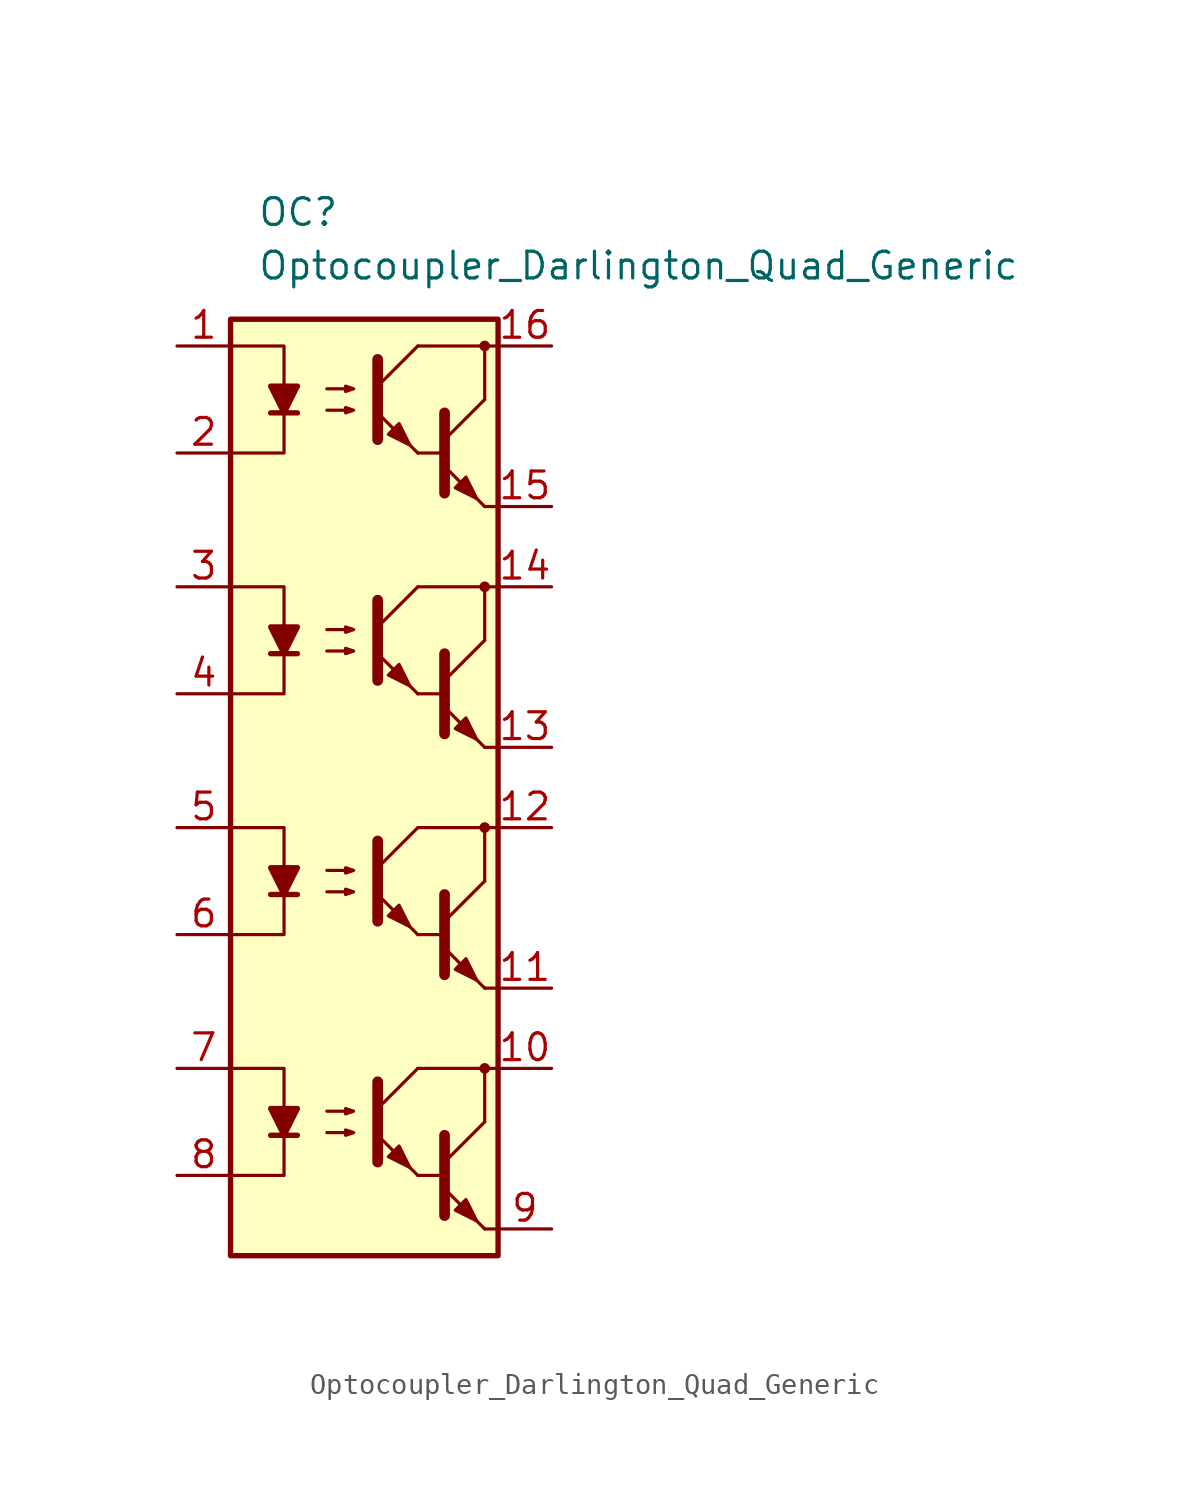
<source format=kicad_sym>
(kicad_symbol_lib
  (version 20211014)
  (generator kicad_symbol_editor)
  (symbol "Optocoupler_Darlington_Quad_Generic"
    (pin_names
      (offset 1.016))
    (property "Reference" "OC"
      (at -5.08 26.67 0)
      (effects (font (size 1.27 1.27)) (justify left)))
    (property "Value" "Optocoupler_Darlington_Quad_Generic"
      (at -5.08 24.13 0)
      (effects (font (size 1.27 1.27)) (justify left)))
    (symbol "Optocoupler_Darlington_Quad_Generic_0_1"
      (rectangle (start -6.35 21.59) (end 6.35 -22.86) (stroke (width 0.254) (type default) (color 0 0 0 0)) (fill (type background)))
      (polyline (pts (xy -4.445 17.145) (xy -3.175 17.145)) (stroke (width 0.254) (type default) (color 0 0 0 0)) (fill (type none)))
      (polyline (pts (xy 2.54 15.24) (xy 3.81 15.24)) (stroke (width 0) (type default) (color 0 0 0 0)) (fill (type none)))
      (polyline (pts (xy 3.81 15.875) (xy 5.715 17.78)) (stroke (width 0) (type default) (color 0 0 0 0)) (fill (type none)))
      (polyline (pts (xy 5.715 12.7) (xy 3.81 14.605)) (stroke (width 0) (type default) (color 0 0 0 0)) (fill (type outline)))
      (polyline (pts (xy 5.715 12.7) (xy 6.35 12.7)) (stroke (width 0) (type default) (color 0 0 0 0)) (fill (type none)))
      (polyline (pts (xy 5.715 17.78) (xy 5.715 20.32)) (stroke (width 0) (type default) (color 0 0 0 0)) (fill (type none)))
      (polyline (pts (xy 6.35 20.32) (xy 2.54 20.32)) (stroke (width 0) (type default) (color 0 0 0 0)) (fill (type none)))
      (polyline (pts (xy -6.35 20.32) (xy -3.81 20.32) (xy -3.81 17.145)) (stroke (width 0) (type default) (color 0 0 0 0)) (fill (type none)))
      (polyline (pts (xy -3.81 17.145) (xy -3.81 15.24) (xy -6.35 15.24)) (stroke (width 0) (type default) (color 0 0 0 0)) (fill (type none)))
      (polyline (pts (xy 3.81 17.145) (xy 3.81 13.335) (xy 3.81 13.335)) (stroke (width 0.508) (type default) (color 0 0 0 0)) (fill (type none)))
      (polyline (pts (xy -3.81 17.145) (xy -4.445 18.415) (xy -3.175 18.415) (xy -3.81 17.145)) (stroke (width 0.254) (type default) (color 0 0 0 0)) (fill (type outline)))
      (polyline (pts (xy -1.778 17.272) (xy -0.508 17.272) (xy -0.889 17.145) (xy -0.889 17.399) (xy -0.508 17.272)) (stroke (width 0) (type default) (color 0 0 0 0)) (fill (type none)))
      (polyline (pts (xy -1.778 18.288) (xy -0.508 18.288) (xy -0.889 18.161) (xy -0.889 18.415) (xy -0.508 18.288)) (stroke (width 0) (type default) (color 0 0 0 0)) (fill (type none)))
      (polyline (pts (xy 4.318 13.589) (xy 4.826 14.097) (xy 5.334 13.081) (xy 4.318 13.589) (xy 4.318 13.589)) (stroke (width 0) (type default) (color 0 0 0 0)) (fill (type outline)))
      (circle (center 5.715 20.32) (radius 0.178) (stroke (width 0) (type default) (color 0 0 0 0)) (fill (type outline))))
    (symbol "Optocoupler_Darlington_Quad_Generic_1_1"
      (polyline (pts (xy -4.445 -17.145) (xy -3.175 -17.145)) (stroke (width 0.254) (type default) (color 0 0 0 0)) (fill (type none)))
      (polyline (pts (xy -4.445 -5.715) (xy -3.175 -5.715)) (stroke (width 0.254) (type default) (color 0 0 0 0)) (fill (type none)))
      (polyline (pts (xy -4.445 5.715) (xy -3.175 5.715)) (stroke (width 0.254) (type default) (color 0 0 0 0)) (fill (type none)))
      (polyline (pts (xy 0.635 -15.875) (xy 2.54 -13.97)) (stroke (width 0) (type default) (color 0 0 0 0)) (fill (type none)))
      (polyline (pts (xy 0.635 -4.445) (xy 2.54 -2.54)) (stroke (width 0) (type default) (color 0 0 0 0)) (fill (type none)))
      (polyline (pts (xy 0.635 6.985) (xy 2.54 8.89)) (stroke (width 0) (type default) (color 0 0 0 0)) (fill (type none)))
      (polyline (pts (xy 0.635 18.415) (xy 2.54 20.32)) (stroke (width 0) (type default) (color 0 0 0 0)) (fill (type none)))
      (polyline (pts (xy 2.54 -19.05) (xy 0.635 -17.145)) (stroke (width 0) (type default) (color 0 0 0 0)) (fill (type outline)))
      (polyline (pts (xy 2.54 -19.05) (xy 3.81 -19.05)) (stroke (width 0) (type default) (color 0 0 0 0)) (fill (type none)))
      (polyline (pts (xy 2.54 -7.62) (xy 0.635 -5.715)) (stroke (width 0) (type default) (color 0 0 0 0)) (fill (type outline)))
      (polyline (pts (xy 2.54 -7.62) (xy 3.81 -7.62)) (stroke (width 0) (type default) (color 0 0 0 0)) (fill (type none)))
      (polyline (pts (xy 2.54 3.81) (xy 0.635 5.715)) (stroke (width 0) (type default) (color 0 0 0 0)) (fill (type outline)))
      (polyline (pts (xy 2.54 3.81) (xy 3.81 3.81)) (stroke (width 0) (type default) (color 0 0 0 0)) (fill (type none)))
      (polyline (pts (xy 2.54 15.24) (xy 0.635 17.145)) (stroke (width 0) (type default) (color 0 0 0 0)) (fill (type outline)))
      (polyline (pts (xy 3.81 -18.415) (xy 5.715 -16.51)) (stroke (width 0) (type default) (color 0 0 0 0)) (fill (type none)))
      (polyline (pts (xy 3.81 -6.985) (xy 5.715 -5.08)) (stroke (width 0) (type default) (color 0 0 0 0)) (fill (type none)))
      (polyline (pts (xy 3.81 4.445) (xy 5.715 6.35)) (stroke (width 0) (type default) (color 0 0 0 0)) (fill (type none)))
      (polyline (pts (xy 5.715 -21.59) (xy 3.81 -19.685)) (stroke (width 0) (type default) (color 0 0 0 0)) (fill (type outline)))
      (polyline (pts (xy 5.715 -21.59) (xy 6.35 -21.59)) (stroke (width 0) (type default) (color 0 0 0 0)) (fill (type none)))
      (polyline (pts (xy 5.715 -16.51) (xy 5.715 -13.97)) (stroke (width 0) (type default) (color 0 0 0 0)) (fill (type none)))
      (polyline (pts (xy 5.715 -10.16) (xy 3.81 -8.255)) (stroke (width 0) (type default) (color 0 0 0 0)) (fill (type outline)))
      (polyline (pts (xy 5.715 -10.16) (xy 6.35 -10.16)) (stroke (width 0) (type default) (color 0 0 0 0)) (fill (type none)))
      (polyline (pts (xy 5.715 -5.08) (xy 5.715 -2.54)) (stroke (width 0) (type default) (color 0 0 0 0)) (fill (type none)))
      (polyline (pts (xy 5.715 1.27) (xy 3.81 3.175)) (stroke (width 0) (type default) (color 0 0 0 0)) (fill (type outline)))
      (polyline (pts (xy 5.715 1.27) (xy 6.35 1.27)) (stroke (width 0) (type default) (color 0 0 0 0)) (fill (type none)))
      (polyline (pts (xy 5.715 6.35) (xy 5.715 8.89)) (stroke (width 0) (type default) (color 0 0 0 0)) (fill (type none)))
      (polyline (pts (xy 6.35 -13.97) (xy 2.54 -13.97)) (stroke (width 0) (type default) (color 0 0 0 0)) (fill (type none)))
      (polyline (pts (xy 6.35 -2.54) (xy 2.54 -2.54)) (stroke (width 0) (type default) (color 0 0 0 0)) (fill (type none)))
      (polyline (pts (xy 6.35 8.89) (xy 2.54 8.89)) (stroke (width 0) (type default) (color 0 0 0 0)) (fill (type none)))
      (polyline (pts (xy -6.35 -13.97) (xy -3.81 -13.97) (xy -3.81 -17.145)) (stroke (width 0) (type default) (color 0 0 0 0)) (fill (type none)))
      (polyline (pts (xy -6.35 -2.54) (xy -3.81 -2.54) (xy -3.81 -5.715)) (stroke (width 0) (type default) (color 0 0 0 0)) (fill (type none)))
      (polyline (pts (xy -6.35 8.89) (xy -3.81 8.89) (xy -3.81 5.715)) (stroke (width 0) (type default) (color 0 0 0 0)) (fill (type none)))
      (polyline (pts (xy -3.81 -17.145) (xy -3.81 -19.05) (xy -6.35 -19.05)) (stroke (width 0) (type default) (color 0 0 0 0)) (fill (type none)))
      (polyline (pts (xy -3.81 -5.715) (xy -3.81 -7.62) (xy -6.35 -7.62)) (stroke (width 0) (type default) (color 0 0 0 0)) (fill (type none)))
      (polyline (pts (xy -3.81 5.715) (xy -3.81 3.81) (xy -6.35 3.81)) (stroke (width 0) (type default) (color 0 0 0 0)) (fill (type none)))
      (polyline (pts (xy 0.635 -14.605) (xy 0.635 -18.415) (xy 0.635 -18.415)) (stroke (width 0.508) (type default) (color 0 0 0 0)) (fill (type none)))
      (polyline (pts (xy 0.635 -3.175) (xy 0.635 -6.985) (xy 0.635 -6.985)) (stroke (width 0.508) (type default) (color 0 0 0 0)) (fill (type none)))
      (polyline (pts (xy 0.635 8.255) (xy 0.635 4.445) (xy 0.635 4.445)) (stroke (width 0.508) (type default) (color 0 0 0 0)) (fill (type none)))
      (polyline (pts (xy 0.635 19.685) (xy 0.635 15.875) (xy 0.635 15.875)) (stroke (width 0.508) (type default) (color 0 0 0 0)) (fill (type none)))
      (polyline (pts (xy 3.81 -17.145) (xy 3.81 -20.955) (xy 3.81 -20.955)) (stroke (width 0.508) (type default) (color 0 0 0 0)) (fill (type none)))
      (polyline (pts (xy 3.81 -5.715) (xy 3.81 -9.525) (xy 3.81 -9.525)) (stroke (width 0.508) (type default) (color 0 0 0 0)) (fill (type none)))
      (polyline (pts (xy 3.81 5.715) (xy 3.81 1.905) (xy 3.81 1.905)) (stroke (width 0.508) (type default) (color 0 0 0 0)) (fill (type none)))
      (polyline (pts (xy -3.81 -17.145) (xy -4.445 -15.875) (xy -3.175 -15.875) (xy -3.81 -17.145)) (stroke (width 0.254) (type default) (color 0 0 0 0)) (fill (type outline)))
      (polyline (pts (xy -3.81 -5.715) (xy -4.445 -4.445) (xy -3.175 -4.445) (xy -3.81 -5.715)) (stroke (width 0.254) (type default) (color 0 0 0 0)) (fill (type outline)))
      (polyline (pts (xy -3.81 5.715) (xy -4.445 6.985) (xy -3.175 6.985) (xy -3.81 5.715)) (stroke (width 0.254) (type default) (color 0 0 0 0)) (fill (type outline)))
      (polyline (pts (xy -1.778 -17.018) (xy -0.508 -17.018) (xy -0.889 -17.145) (xy -0.889 -16.891) (xy -0.508 -17.018)) (stroke (width 0) (type default) (color 0 0 0 0)) (fill (type none)))
      (polyline (pts (xy -1.778 -16.002) (xy -0.508 -16.002) (xy -0.889 -16.129) (xy -0.889 -15.875) (xy -0.508 -16.002)) (stroke (width 0) (type default) (color 0 0 0 0)) (fill (type none)))
      (polyline (pts (xy -1.778 -5.588) (xy -0.508 -5.588) (xy -0.889 -5.715) (xy -0.889 -5.461) (xy -0.508 -5.588)) (stroke (width 0) (type default) (color 0 0 0 0)) (fill (type none)))
      (polyline (pts (xy -1.778 -4.572) (xy -0.508 -4.572) (xy -0.889 -4.699) (xy -0.889 -4.445) (xy -0.508 -4.572)) (stroke (width 0) (type default) (color 0 0 0 0)) (fill (type none)))
      (polyline (pts (xy -1.778 5.842) (xy -0.508 5.842) (xy -0.889 5.715) (xy -0.889 5.969) (xy -0.508 5.842)) (stroke (width 0) (type default) (color 0 0 0 0)) (fill (type none)))
      (polyline (pts (xy -1.778 6.858) (xy -0.508 6.858) (xy -0.889 6.731) (xy -0.889 6.985) (xy -0.508 6.858)) (stroke (width 0) (type default) (color 0 0 0 0)) (fill (type none)))
      (polyline (pts (xy 1.143 -18.161) (xy 1.651 -17.653) (xy 2.159 -18.669) (xy 1.143 -18.161) (xy 1.143 -18.161)) (stroke (width 0) (type default) (color 0 0 0 0)) (fill (type outline)))
      (polyline (pts (xy 1.143 -6.731) (xy 1.651 -6.223) (xy 2.159 -7.239) (xy 1.143 -6.731) (xy 1.143 -6.731)) (stroke (width 0) (type default) (color 0 0 0 0)) (fill (type outline)))
      (polyline (pts (xy 1.143 4.699) (xy 1.651 5.207) (xy 2.159 4.191) (xy 1.143 4.699) (xy 1.143 4.699)) (stroke (width 0) (type default) (color 0 0 0 0)) (fill (type outline)))
      (polyline (pts (xy 1.143 16.129) (xy 1.651 16.637) (xy 2.159 15.621) (xy 1.143 16.129) (xy 1.143 16.129)) (stroke (width 0) (type default) (color 0 0 0 0)) (fill (type outline)))
      (polyline (pts (xy 4.318 -20.701) (xy 4.826 -20.193) (xy 5.334 -21.209) (xy 4.318 -20.701) (xy 4.318 -20.701)) (stroke (width 0) (type default) (color 0 0 0 0)) (fill (type outline)))
      (polyline (pts (xy 4.318 -9.271) (xy 4.826 -8.763) (xy 5.334 -9.779) (xy 4.318 -9.271) (xy 4.318 -9.271)) (stroke (width 0) (type default) (color 0 0 0 0)) (fill (type outline)))
      (polyline (pts (xy 4.318 2.159) (xy 4.826 2.667) (xy 5.334 1.651) (xy 4.318 2.159) (xy 4.318 2.159)) (stroke (width 0) (type default) (color 0 0 0 0)) (fill (type outline)))
      (circle (center 5.715 -13.97) (radius 0.178) (stroke (width 0) (type default) (color 0 0 0 0)) (fill (type outline)))
      (circle (center 5.715 -2.54) (radius 0.178) (stroke (width 0) (type default) (color 0 0 0 0)) (fill (type outline)))
      (circle (center 5.715 8.89) (radius 0.178) (stroke (width 0) (type default) (color 0 0 0 0)) (fill (type outline)))
      (pin passive line (at -8.89 20.32 0) (length 2.54) (name "~" (effects (font (size 1.27 1.27)))) (number "1" (effects (font (size 1.27 1.27)))))
      (pin passive line (at 8.89 -13.97 180) (length 2.54) (name "~" (effects (font (size 1.27 1.27)))) (number "10" (effects (font (size 1.27 1.27)))))
      (pin passive line (at 8.89 -10.16 180) (length 2.54) (name "~" (effects (font (size 1.27 1.27)))) (number "11" (effects (font (size 1.27 1.27)))))
      (pin passive line (at 8.89 -2.54 180) (length 2.54) (name "~" (effects (font (size 1.27 1.27)))) (number "12" (effects (font (size 1.27 1.27)))))
      (pin passive line (at 8.89 1.27 180) (length 2.54) (name "~" (effects (font (size 1.27 1.27)))) (number "13" (effects (font (size 1.27 1.27)))))
      (pin passive line (at 8.89 8.89 180) (length 2.54) (name "~" (effects (font (size 1.27 1.27)))) (number "14" (effects (font (size 1.27 1.27)))))
      (pin passive line (at 8.89 12.7 180) (length 2.54) (name "~" (effects (font (size 1.27 1.27)))) (number "15" (effects (font (size 1.27 1.27)))))
      (pin passive line (at 8.89 20.32 180) (length 2.54) (name "~" (effects (font (size 1.27 1.27)))) (number "16" (effects (font (size 1.27 1.27)))))
      (pin passive line (at -8.89 15.24 0) (length 2.54) (name "~" (effects (font (size 1.27 1.27)))) (number "2" (effects (font (size 1.27 1.27)))))
      (pin passive line (at -8.89 8.89 0) (length 2.54) (name "~" (effects (font (size 1.27 1.27)))) (number "3" (effects (font (size 1.27 1.27)))))
      (pin passive line (at -8.89 3.81 0) (length 2.54) (name "~" (effects (font (size 1.27 1.27)))) (number "4" (effects (font (size 1.27 1.27)))))
      (pin passive line (at -8.89 -2.54 0) (length 2.54) (name "~" (effects (font (size 1.27 1.27)))) (number "5" (effects (font (size 1.27 1.27)))))
      (pin passive line (at -8.89 -7.62 0) (length 2.54) (name "~" (effects (font (size 1.27 1.27)))) (number "6" (effects (font (size 1.27 1.27)))))
      (pin passive line (at -8.89 -13.97 0) (length 2.54) (name "~" (effects (font (size 1.27 1.27)))) (number "7" (effects (font (size 1.27 1.27)))))
      (pin passive line (at -8.89 -19.05 0) (length 2.54) (name "~" (effects (font (size 1.27 1.27)))) (number "8" (effects (font (size 1.27 1.27)))))
      (pin passive line (at 8.89 -21.59 180) (length 2.54) (name "~" (effects (font (size 1.27 1.27)))) (number "9" (effects (font (size 1.27 1.27))))))))
</source>
